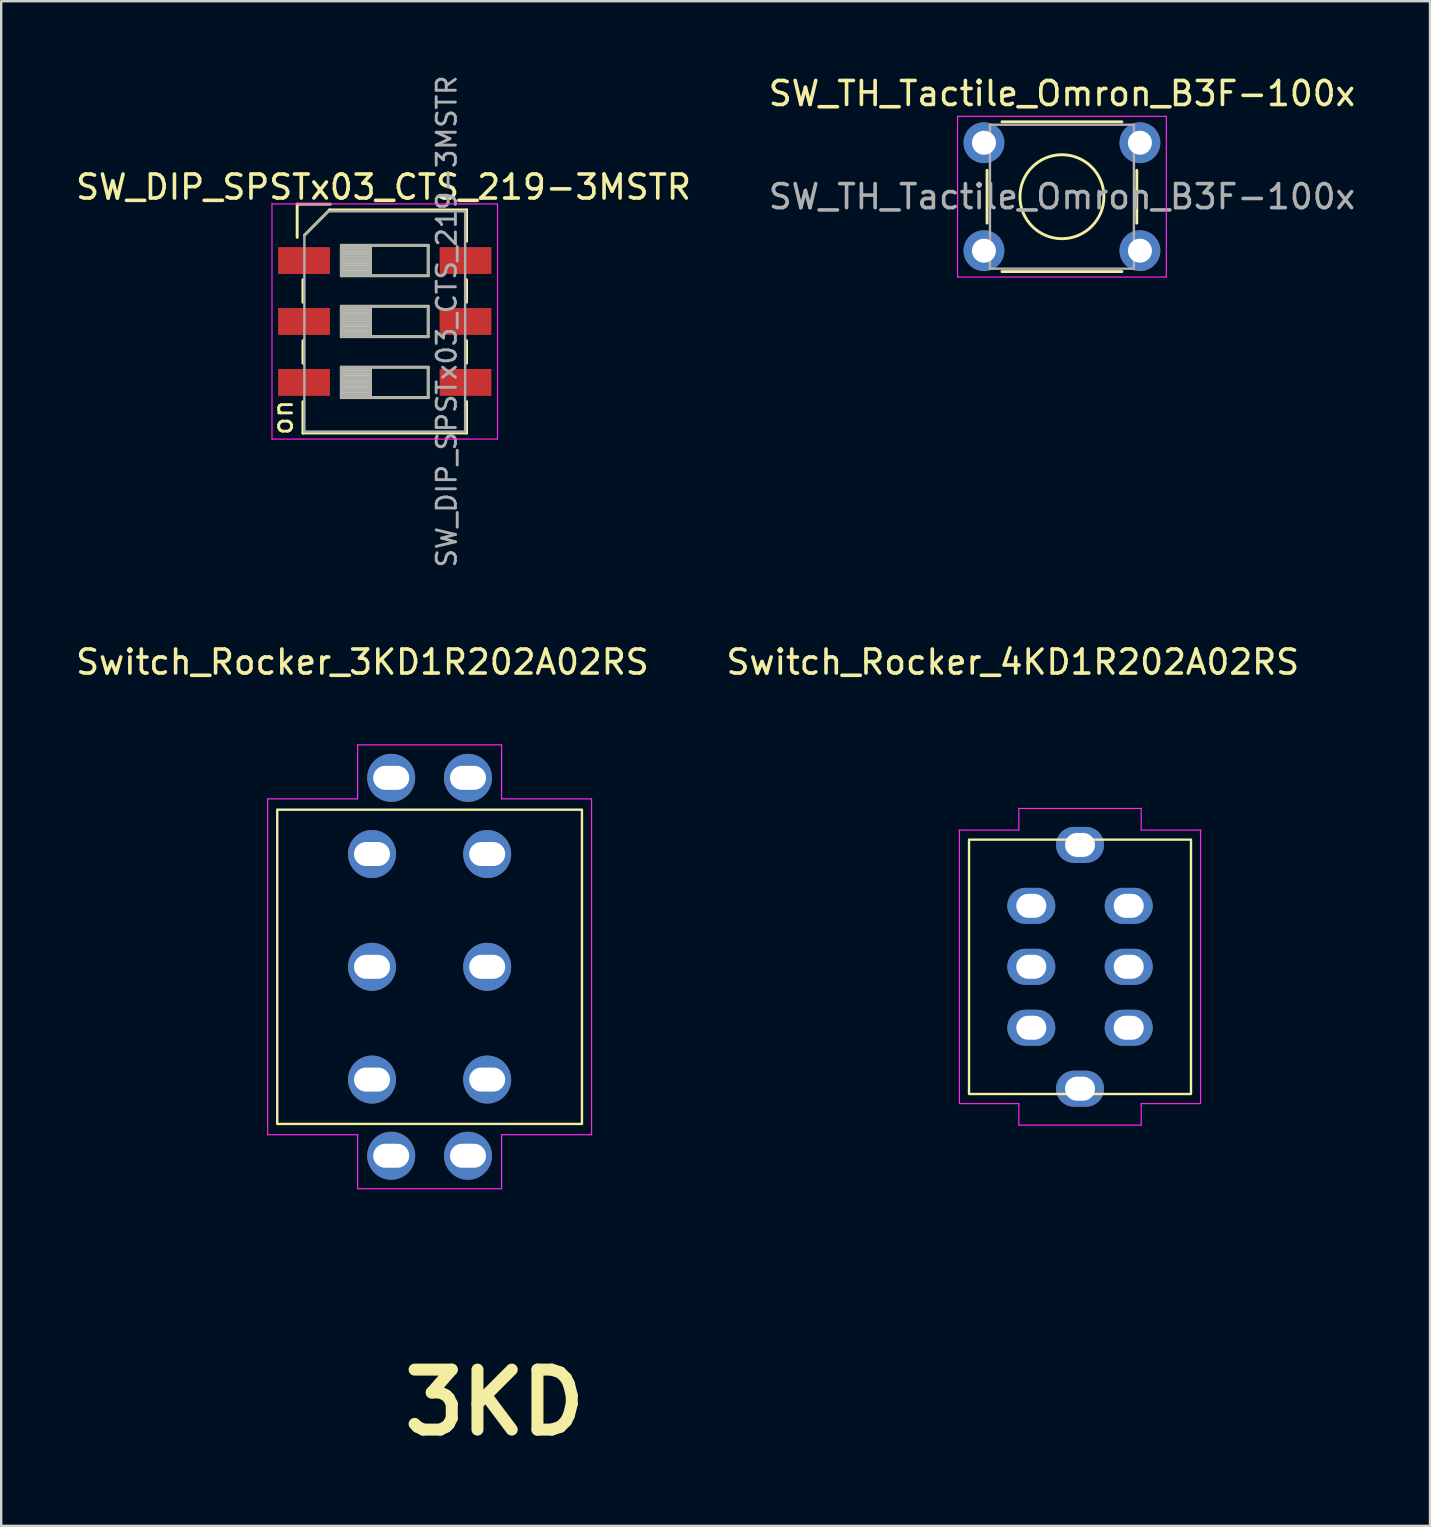
<source format=kicad_pcb>
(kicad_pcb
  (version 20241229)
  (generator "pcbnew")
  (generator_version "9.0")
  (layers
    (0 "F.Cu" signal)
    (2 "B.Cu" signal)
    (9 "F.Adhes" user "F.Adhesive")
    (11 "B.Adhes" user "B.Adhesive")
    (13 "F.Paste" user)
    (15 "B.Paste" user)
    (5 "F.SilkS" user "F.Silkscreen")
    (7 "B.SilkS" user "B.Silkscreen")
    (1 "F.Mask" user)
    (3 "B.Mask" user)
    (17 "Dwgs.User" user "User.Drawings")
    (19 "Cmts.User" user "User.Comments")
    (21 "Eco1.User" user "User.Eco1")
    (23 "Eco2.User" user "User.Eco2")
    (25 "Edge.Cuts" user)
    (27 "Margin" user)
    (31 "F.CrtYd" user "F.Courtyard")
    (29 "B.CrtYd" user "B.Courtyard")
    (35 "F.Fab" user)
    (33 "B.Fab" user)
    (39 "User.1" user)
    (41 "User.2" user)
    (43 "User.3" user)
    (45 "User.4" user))
  (footprint "Switch_Rocker_4KD1R202A02RS"
    (layer "F.Cu")
    (at 41.961 37.243)
    (property "Reference" "Switch_Rocker_4KD1R202A02RS" (at -2.8 -12.7 0) (unlocked yes) (layer "F.SilkS") (effects (font (size 1 1) (thickness 0.15))))
    (fp_rect (start -4.625 -5.3) (end 4.625 5.3) (stroke (width 0.1) (type default)) (fill no) (layer "F.SilkS"))
    (fp_line (start -5.025 -5.7) (end -2.55 -5.7) (stroke (width 0.05) (type default)) (layer "F.CrtYd"))
    (fp_line (start -5.025 5.7) (end -5.025 -5.7) (stroke (width 0.05) (type default)) (layer "F.CrtYd"))
    (fp_line (start -2.55 -6.6) (end 2.55 -6.6) (stroke (width 0.05) (type default)) (layer "F.CrtYd"))
    (fp_line (start -2.55 -5.7) (end -2.55 -6.6) (stroke (width 0.05) (type default)) (layer "F.CrtYd"))
    (fp_line (start -2.55 5.7) (end -5.025 5.7) (stroke (width 0.05) (type default)) (layer "F.CrtYd"))
    (fp_line (start -2.55 5.7) (end -2.55 6.6) (stroke (width 0.05) (type default)) (layer "F.CrtYd"))
    (fp_line (start 2.55 -6.6) (end 2.55 -5.7) (stroke (width 0.05) (type default)) (layer "F.CrtYd"))
    (fp_line (start 2.55 -5.7) (end 5.025 -5.7) (stroke (width 0.05) (type default)) (layer "F.CrtYd"))
    (fp_line (start 2.55 5.7) (end 2.55 6.6) (stroke (width 0.05) (type default)) (layer "F.CrtYd"))
    (fp_line (start 2.55 6.6) (end -2.55 6.6) (stroke (width 0.05) (type default)) (layer "F.CrtYd"))
    (fp_line (start 5.025 -5.7) (end 5.025 5.7) (stroke (width 0.05) (type default)) (layer "F.CrtYd"))
    (fp_line (start 5.025 5.7) (end 2.55 5.7) (stroke (width 0.05) (type default)) (layer "F.CrtYd"))
    (pad "1" thru_hole oval (at -2.03 -2.54) (size 2 1.5) (drill oval 1.25 1) (layers "*.Cu" "*.Mask"))
    (pad "2" thru_hole oval (at -2.03 0) (size 2 1.5) (drill oval 1.25 1) (layers "*.Cu" "*.Mask"))
    (pad "3" thru_hole oval (at -2.03 2.54) (size 2 1.5) (drill oval 1.25 1) (layers "*.Cu" "*.Mask"))
    (pad "4" thru_hole oval (at 2.03 -2.54) (size 2 1.5) (drill oval 1.25 1) (layers "*.Cu" "*.Mask"))
    (pad "5" thru_hole oval (at 2.03 0) (size 2 1.5) (drill oval 1.25 1) (layers "*.Cu" "*.Mask"))
    (pad "6" thru_hole oval (at 2.03 2.54) (size 2 1.5) (drill oval 1.25 1) (layers "*.Cu" "*.Mask"))
    (pad "7" thru_hole oval (at 0 -5.08) (size 2 1.5) (drill oval 1.25 1) (layers "*.Cu" "*.Mask"))
    (pad "8" thru_hole oval (at 0 5.08) (size 2 1.5) (drill oval 1.25 1) (layers "*.Cu" "*.Mask")))
  (footprint "SW_TH_Tactile_Omron_B3F-100x"
    (layer "F.Cu")
    (at 41.208 5.148)
    (property "Reference" "SW_TH_Tactile_Omron_B3F-100x" (at 0 -4.3 0) (layer "F.SilkS") (effects (font (size 1 1) (thickness 0.15))))
    (attr through_hole)
    (fp_line (start -3.12 1.1) (end -3.12 -1.1) (stroke (width 0.12) (type solid)) (layer "F.SilkS"))
    (fp_line (start -2.5 -3.12) (end 2.5 -3.12) (stroke (width 0.12) (type solid)) (layer "F.SilkS"))
    (fp_line (start -2.5 3.12) (end 2.5 3.12) (stroke (width 0.12) (type solid)) (layer "F.SilkS"))
    (fp_line (start 3.12 -1.1) (end 3.12 1.1) (stroke (width 0.12) (type solid)) (layer "F.SilkS"))
    (fp_circle (center 0 0) (end 1.75 0) (stroke (width 0.12) (type solid)) (fill no) (layer "F.SilkS"))
    (fp_line (start -4.35 -3.35) (end -4.35 3.35) (stroke (width 0.05) (type solid)) (layer "F.CrtYd"))
    (fp_line (start -4.35 -3.35) (end 4.35 -3.35) (stroke (width 0.05) (type solid)) (layer "F.CrtYd"))
    (fp_line (start -4.35 3.35) (end 4.35 3.35) (stroke (width 0.05) (type solid)) (layer "F.CrtYd"))
    (fp_line (start 4.35 3.35) (end 4.35 -3.35) (stroke (width 0.05) (type solid)) (layer "F.CrtYd"))
    (fp_line (start -3 -3) (end -3 3) (stroke (width 0.1) (type solid)) (layer "F.Fab"))
    (fp_line (start -3 -3) (end 3 -3) (stroke (width 0.1) (type solid)) (layer "F.Fab"))
    (fp_line (start -3 3) (end 3 3) (stroke (width 0.1) (type solid)) (layer "F.Fab"))
    (fp_line (start 3 -3) (end 3 3) (stroke (width 0.1) (type solid)) (layer "F.Fab"))
    (fp_text user "${REFERENCE}" (at 0 0 0) (layer "F.Fab") (effects (font (size 1 1) (thickness 0.15))))
    (pad "1" thru_hole circle (at -3.25 2.25) (size 1.7 1.7) (drill 1) (layers "*.Cu" "*.Mask"))
    (pad "2" thru_hole circle (at 3.25 2.25) (size 1.7 1.7) (drill 1) (layers "*.Cu" "*.Mask"))
    (pad "3" thru_hole circle (at -3.25 -2.25) (size 1.7 1.7) (drill 1) (layers "*.Cu" "*.Mask"))
    (pad "4" thru_hole circle (at 3.25 -2.25) (size 1.7 1.7) (drill 1) (layers "*.Cu" "*.Mask")))
  (footprint "SW_DIP_SPSTx03_CTS_219-3MSTR"
    (layer "F.Cu")
    (at 12.985 10.348)
    (property "Reference" "SW_DIP_SPSTx03_CTS_219-3MSTR" (at -0.05 -5.6 0) (layer "F.SilkS") (effects (font (size 1 1) (thickness 0.15))))
    (attr smd)
    (fp_line (start -3.65 -4.89) (end -3.65 -3.507) (stroke (width 0.12) (type solid)) (layer "F.SilkS"))
    (fp_line (start -3.65 -4.89) (end -2.267 -4.89) (stroke (width 0.12) (type solid)) (layer "F.SilkS"))
    (fp_line (start -3.41 -1.74) (end -3.41 -0.8) (stroke (width 0.12) (type solid)) (layer "F.SilkS"))
    (fp_line (start -3.41 0.8) (end -3.41 1.74) (stroke (width 0.12) (type solid)) (layer "F.SilkS"))
    (fp_line (start -3.41 3.34) (end -3.41 4.65) (stroke (width 0.12) (type solid)) (layer "F.SilkS"))
    (fp_line (start -3.41 4.65) (end 3.41 4.65) (stroke (width 0.12) (type solid)) (layer "F.SilkS"))
    (fp_line (start -3.35 -3.59) (end -2.3 -4.65) (stroke (width 0.12) (type solid)) (layer "F.SilkS"))
    (fp_line (start -2.3 -4.65) (end 3.41 -4.65) (stroke (width 0.12) (type solid)) (layer "F.SilkS"))
    (fp_line (start -1.81 -3.175) (end -1.81 -1.905) (stroke (width 0.12) (type solid)) (layer "F.SilkS"))
    (fp_line (start -1.81 -3.055) (end -0.603 -3.055) (stroke (width 0.12) (type solid)) (layer "F.SilkS"))
    (fp_line (start -1.81 -2.935) (end -0.603 -2.935) (stroke (width 0.12) (type solid)) (layer "F.SilkS"))
    (fp_line (start -1.81 -2.815) (end -0.603 -2.815) (stroke (width 0.12) (type solid)) (layer "F.SilkS"))
    (fp_line (start -1.81 -2.695) (end -0.603 -2.695) (stroke (width 0.12) (type solid)) (layer "F.SilkS"))
    (fp_line (start -1.81 -2.575) (end -0.603 -2.575) (stroke (width 0.12) (type solid)) (layer "F.SilkS"))
    (fp_line (start -1.81 -2.455) (end -0.603 -2.455) (stroke (width 0.12) (type solid)) (layer "F.SilkS"))
    (fp_line (start -1.81 -2.335) (end -0.603 -2.335) (stroke (width 0.12) (type solid)) (layer "F.SilkS"))
    (fp_line (start -1.81 -2.215) (end -0.603 -2.215) (stroke (width 0.12) (type solid)) (layer "F.SilkS"))
    (fp_line (start -1.81 -2.095) (end -0.603 -2.095) (stroke (width 0.12) (type solid)) (layer "F.SilkS"))
    (fp_line (start -1.81 -1.975) (end -0.603 -1.975) (stroke (width 0.12) (type solid)) (layer "F.SilkS"))
    (fp_line (start -1.81 -1.905) (end 1.81 -1.905) (stroke (width 0.12) (type solid)) (layer "F.SilkS"))
    (fp_line (start -1.81 -0.635) (end -1.81 0.635) (stroke (width 0.12) (type solid)) (layer "F.SilkS"))
    (fp_line (start -1.81 -0.515) (end -0.603 -0.515) (stroke (width 0.12) (type solid)) (layer "F.SilkS"))
    (fp_line (start -1.81 -0.395) (end -0.603 -0.395) (stroke (width 0.12) (type solid)) (layer "F.SilkS"))
    (fp_line (start -1.81 -0.275) (end -0.603 -0.275) (stroke (width 0.12) (type solid)) (layer "F.SilkS"))
    (fp_line (start -1.81 -0.155) (end -0.603 -0.155) (stroke (width 0.12) (type solid)) (layer "F.SilkS"))
    (fp_line (start -1.81 -0.035) (end -0.603 -0.035) (stroke (width 0.12) (type solid)) (layer "F.SilkS"))
    (fp_line (start -1.81 0.085) (end -0.603 0.085) (stroke (width 0.12) (type solid)) (layer "F.SilkS"))
    (fp_line (start -1.81 0.205) (end -0.603 0.205) (stroke (width 0.12) (type solid)) (layer "F.SilkS"))
    (fp_line (start -1.81 0.325) (end -0.603 0.325) (stroke (width 0.12) (type solid)) (layer "F.SilkS"))
    (fp_line (start -1.81 0.445) (end -0.603 0.445) (stroke (width 0.12) (type solid)) (layer "F.SilkS"))
    (fp_line (start -1.81 0.565) (end -0.603 0.565) (stroke (width 0.12) (type solid)) (layer "F.SilkS"))
    (fp_line (start -1.81 0.635) (end 1.81 0.635) (stroke (width 0.12) (type solid)) (layer "F.SilkS"))
    (fp_line (start -1.81 1.905) (end -1.81 3.175) (stroke (width 0.12) (type solid)) (layer "F.SilkS"))
    (fp_line (start -1.81 2.025) (end -0.603 2.025) (stroke (width 0.12) (type solid)) (layer "F.SilkS"))
    (fp_line (start -1.81 2.145) (end -0.603 2.145) (stroke (width 0.12) (type solid)) (layer "F.SilkS"))
    (fp_line (start -1.81 2.265) (end -0.603 2.265) (stroke (width 0.12) (type solid)) (layer "F.SilkS"))
    (fp_line (start -1.81 2.385) (end -0.603 2.385) (stroke (width 0.12) (type solid)) (layer "F.SilkS"))
    (fp_line (start -1.81 2.505) (end -0.603 2.505) (stroke (width 0.12) (type solid)) (layer "F.SilkS"))
    (fp_line (start -1.81 2.625) (end -0.603 2.625) (stroke (width 0.12) (type solid)) (layer "F.SilkS"))
    (fp_line (start -1.81 2.745) (end -0.603 2.745) (stroke (width 0.12) (type solid)) (layer "F.SilkS"))
    (fp_line (start -1.81 2.865) (end -0.603 2.865) (stroke (width 0.12) (type solid)) (layer "F.SilkS"))
    (fp_line (start -1.81 2.985) (end -0.603 2.985) (stroke (width 0.12) (type solid)) (layer "F.SilkS"))
    (fp_line (start -1.81 3.105) (end -0.603 3.105) (stroke (width 0.12) (type solid)) (layer "F.SilkS"))
    (fp_line (start -1.81 3.175) (end 1.81 3.175) (stroke (width 0.12) (type solid)) (layer "F.SilkS"))
    (fp_line (start -0.603 -3.175) (end -0.603 -1.905) (stroke (width 0.12) (type solid)) (layer "F.SilkS"))
    (fp_line (start -0.603 -0.635) (end -0.603 0.635) (stroke (width 0.12) (type solid)) (layer "F.SilkS"))
    (fp_line (start -0.603 1.905) (end -0.603 3.175) (stroke (width 0.12) (type solid)) (layer "F.SilkS"))
    (fp_line (start 1.81 -3.175) (end -1.81 -3.175) (stroke (width 0.12) (type solid)) (layer "F.SilkS"))
    (fp_line (start 1.81 -1.905) (end 1.81 -3.175) (stroke (width 0.12) (type solid)) (layer "F.SilkS"))
    (fp_line (start 1.81 -0.635) (end -1.81 -0.635) (stroke (width 0.12) (type solid)) (layer "F.SilkS"))
    (fp_line (start 1.81 0.635) (end 1.81 -0.635) (stroke (width 0.12) (type solid)) (layer "F.SilkS"))
    (fp_line (start 1.81 1.905) (end -1.81 1.905) (stroke (width 0.12) (type solid)) (layer "F.SilkS"))
    (fp_line (start 1.81 3.175) (end 1.81 1.905) (stroke (width 0.12) (type solid)) (layer "F.SilkS"))
    (fp_line (start 3.41 -4.65) (end 3.41 -3.34) (stroke (width 0.12) (type solid)) (layer "F.SilkS"))
    (fp_line (start 3.41 -1.74) (end 3.41 -0.8) (stroke (width 0.12) (type solid)) (layer "F.SilkS"))
    (fp_line (start 3.41 0.8) (end 3.41 1.74) (stroke (width 0.12) (type solid)) (layer "F.SilkS"))
    (fp_line (start 3.41 3.34) (end 3.41 4.65) (stroke (width 0.12) (type solid)) (layer "F.SilkS"))
    (fp_line (start -4.7 -4.9) (end -4.7 4.9) (stroke (width 0.05) (type solid)) (layer "F.CrtYd"))
    (fp_line (start -4.7 4.9) (end 4.7 4.9) (stroke (width 0.05) (type solid)) (layer "F.CrtYd"))
    (fp_line (start 4.7 -4.9) (end -4.7 -4.9) (stroke (width 0.05) (type solid)) (layer "F.CrtYd"))
    (fp_line (start 4.7 4.9) (end 4.7 -4.9) (stroke (width 0.05) (type solid)) (layer "F.CrtYd"))
    (fp_line (start -3.35 -3.59) (end -2.35 -4.59) (stroke (width 0.1) (type solid)) (layer "F.Fab"))
    (fp_line (start -3.35 4.59) (end -3.35 -3.59) (stroke (width 0.1) (type solid)) (layer "F.Fab"))
    (fp_line (start -2.35 -4.59) (end 3.35 -4.59) (stroke (width 0.1) (type solid)) (layer "F.Fab"))
    (fp_line (start -1.81 -3.175) (end -1.81 -1.905) (stroke (width 0.1) (type solid)) (layer "F.Fab"))
    (fp_line (start -1.81 -3.075) (end -0.603 -3.075) (stroke (width 0.1) (type solid)) (layer "F.Fab"))
    (fp_line (start -1.81 -2.975) (end -0.603 -2.975) (stroke (width 0.1) (type solid)) (layer "F.Fab"))
    (fp_line (start -1.81 -2.875) (end -0.603 -2.875) (stroke (width 0.1) (type solid)) (layer "F.Fab"))
    (fp_line (start -1.81 -2.775) (end -0.603 -2.775) (stroke (width 0.1) (type solid)) (layer "F.Fab"))
    (fp_line (start -1.81 -2.675) (end -0.603 -2.675) (stroke (width 0.1) (type solid)) (layer "F.Fab"))
    (fp_line (start -1.81 -2.575) (end -0.603 -2.575) (stroke (width 0.1) (type solid)) (layer "F.Fab"))
    (fp_line (start -1.81 -2.475) (end -0.603 -2.475) (stroke (width 0.1) (type solid)) (layer "F.Fab"))
    (fp_line (start -1.81 -2.375) (end -0.603 -2.375) (stroke (width 0.1) (type solid)) (layer "F.Fab"))
    (fp_line (start -1.81 -2.275) (end -0.603 -2.275) (stroke (width 0.1) (type solid)) (layer "F.Fab"))
    (fp_line (start -1.81 -2.175) (end -0.603 -2.175) (stroke (width 0.1) (type solid)) (layer "F.Fab"))
    (fp_line (start -1.81 -2.075) (end -0.603 -2.075) (stroke (width 0.1) (type solid)) (layer "F.Fab"))
    (fp_line (start -1.81 -1.975) (end -0.603 -1.975) (stroke (width 0.1) (type solid)) (layer "F.Fab"))
    (fp_line (start -1.81 -1.905) (end 1.81 -1.905) (stroke (width 0.1) (type solid)) (layer "F.Fab"))
    (fp_line (start -1.81 -0.635) (end -1.81 0.635) (stroke (width 0.1) (type solid)) (layer "F.Fab"))
    (fp_line (start -1.81 -0.535) (end -0.603 -0.535) (stroke (width 0.1) (type solid)) (layer "F.Fab"))
    (fp_line (start -1.81 -0.435) (end -0.603 -0.435) (stroke (width 0.1) (type solid)) (layer "F.Fab"))
    (fp_line (start -1.81 -0.335) (end -0.603 -0.335) (stroke (width 0.1) (type solid)) (layer "F.Fab"))
    (fp_line (start -1.81 -0.235) (end -0.603 -0.235) (stroke (width 0.1) (type solid)) (layer "F.Fab"))
    (fp_line (start -1.81 -0.135) (end -0.603 -0.135) (stroke (width 0.1) (type solid)) (layer "F.Fab"))
    (fp_line (start -1.81 -0.035) (end -0.603 -0.035) (stroke (width 0.1) (type solid)) (layer "F.Fab"))
    (fp_line (start -1.81 0.065) (end -0.603 0.065) (stroke (width 0.1) (type solid)) (layer "F.Fab"))
    (fp_line (start -1.81 0.165) (end -0.603 0.165) (stroke (width 0.1) (type solid)) (layer "F.Fab"))
    (fp_line (start -1.81 0.265) (end -0.603 0.265) (stroke (width 0.1) (type solid)) (layer "F.Fab"))
    (fp_line (start -1.81 0.365) (end -0.603 0.365) (stroke (width 0.1) (type solid)) (layer "F.Fab"))
    (fp_line (start -1.81 0.465) (end -0.603 0.465) (stroke (width 0.1) (type solid)) (layer "F.Fab"))
    (fp_line (start -1.81 0.565) (end -0.603 0.565) (stroke (width 0.1) (type solid)) (layer "F.Fab"))
    (fp_line (start -1.81 0.635) (end 1.81 0.635) (stroke (width 0.1) (type solid)) (layer "F.Fab"))
    (fp_line (start -1.81 1.905) (end -1.81 3.175) (stroke (width 0.1) (type solid)) (layer "F.Fab"))
    (fp_line (start -1.81 2.005) (end -0.603 2.005) (stroke (width 0.1) (type solid)) (layer "F.Fab"))
    (fp_line (start -1.81 2.105) (end -0.603 2.105) (stroke (width 0.1) (type solid)) (layer "F.Fab"))
    (fp_line (start -1.81 2.205) (end -0.603 2.205) (stroke (width 0.1) (type solid)) (layer "F.Fab"))
    (fp_line (start -1.81 2.305) (end -0.603 2.305) (stroke (width 0.1) (type solid)) (layer "F.Fab"))
    (fp_line (start -1.81 2.405) (end -0.603 2.405) (stroke (width 0.1) (type solid)) (layer "F.Fab"))
    (fp_line (start -1.81 2.505) (end -0.603 2.505) (stroke (width 0.1) (type solid)) (layer "F.Fab"))
    (fp_line (start -1.81 2.605) (end -0.603 2.605) (stroke (width 0.1) (type solid)) (layer "F.Fab"))
    (fp_line (start -1.81 2.705) (end -0.603 2.705) (stroke (width 0.1) (type solid)) (layer "F.Fab"))
    (fp_line (start -1.81 2.805) (end -0.603 2.805) (stroke (width 0.1) (type solid)) (layer "F.Fab"))
    (fp_line (start -1.81 2.905) (end -0.603 2.905) (stroke (width 0.1) (type solid)) (layer "F.Fab"))
    (fp_line (start -1.81 3.005) (end -0.603 3.005) (stroke (width 0.1) (type solid)) (layer "F.Fab"))
    (fp_line (start -1.81 3.105) (end -0.603 3.105) (stroke (width 0.1) (type solid)) (layer "F.Fab"))
    (fp_line (start -1.81 3.175) (end 1.81 3.175) (stroke (width 0.1) (type solid)) (layer "F.Fab"))
    (fp_line (start -0.603 -3.175) (end -0.603 -1.905) (stroke (width 0.1) (type solid)) (layer "F.Fab"))
    (fp_line (start -0.603 -0.635) (end -0.603 0.635) (stroke (width 0.1) (type solid)) (layer "F.Fab"))
    (fp_line (start -0.603 1.905) (end -0.603 3.175) (stroke (width 0.1) (type solid)) (layer "F.Fab"))
    (fp_line (start 1.81 -3.175) (end -1.81 -3.175) (stroke (width 0.1) (type solid)) (layer "F.Fab"))
    (fp_line (start 1.81 -1.905) (end 1.81 -3.175) (stroke (width 0.1) (type solid)) (layer "F.Fab"))
    (fp_line (start 1.81 -0.635) (end -1.81 -0.635) (stroke (width 0.1) (type solid)) (layer "F.Fab"))
    (fp_line (start 1.81 0.635) (end 1.81 -0.635) (stroke (width 0.1) (type solid)) (layer "F.Fab"))
    (fp_line (start 1.81 1.905) (end -1.81 1.905) (stroke (width 0.1) (type solid)) (layer "F.Fab"))
    (fp_line (start 1.81 3.175) (end 1.81 1.905) (stroke (width 0.1) (type solid)) (layer "F.Fab"))
    (fp_line (start 3.35 -4.59) (end 3.35 4.59) (stroke (width 0.1) (type solid)) (layer "F.Fab"))
    (fp_line (start 3.35 4.59) (end -3.35 4.59) (stroke (width 0.1) (type solid)) (layer "F.Fab"))
    (fp_text user "on" (at -4.25 4 90) (layer "F.SilkS") (effects (font (size 0.8 0.8) (thickness 0.12))))
    (fp_text user "${REFERENCE}" (at 2.58 0 90) (layer "F.Fab") (effects (font (size 0.8 0.8) (thickness 0.12))))
    (pad "1" smd rect (at -3.365 -2.54) (size 2.16 1.12) (layers "F.Cu" "F.Mask" "F.Paste"))
    (pad "2" smd rect (at -3.365 0) (size 2.16 1.12) (layers "F.Cu" "F.Mask" "F.Paste"))
    (pad "3" smd rect (at -3.365 2.54) (size 2.16 1.12) (layers "F.Cu" "F.Mask" "F.Paste"))
    (pad "4" smd rect (at 3.365 2.54) (size 2.16 1.12) (layers "F.Cu" "F.Mask" "F.Paste"))
    (pad "5" smd rect (at 3.365 0) (size 2.16 1.12) (layers "F.Cu" "F.Mask" "F.Paste"))
    (pad "6" smd rect (at 3.365 -2.54) (size 2.16 1.12) (layers "F.Cu" "F.Mask" "F.Paste")))
  (footprint "Switch_Rocker_3KD1R202A02RS"
    (layer "F.Cu")
    (at 14.854 37.243)
    (property "Reference" "Switch_Rocker_3KD1R202A02RS" (at -2.8 -12.7 0) (unlocked yes) (layer "F.SilkS") (effects (font (size 1 1) (thickness 0.15))))
    (fp_rect (start -6.35 -6.55) (end 6.35 6.55) (stroke (width 0.1) (type default)) (fill no) (layer "F.SilkS"))
    (fp_line (start -6.75 -7) (end -3 -7) (stroke (width 0.05) (type default)) (layer "F.CrtYd"))
    (fp_line (start -6.75 7) (end -6.75 -7) (stroke (width 0.05) (type default)) (layer "F.CrtYd"))
    (fp_line (start -3 -9.25) (end 3 -9.25) (stroke (width 0.05) (type default)) (layer "F.CrtYd"))
    (fp_line (start -3 -7) (end -3 -9.25) (stroke (width 0.05) (type default)) (layer "F.CrtYd"))
    (fp_line (start -3 7) (end -6.75 7) (stroke (width 0.05) (type default)) (layer "F.CrtYd"))
    (fp_line (start -3 9.25) (end -3 7) (stroke (width 0.05) (type default)) (layer "F.CrtYd"))
    (fp_line (start 3 -9.25) (end 3 -7) (stroke (width 0.05) (type default)) (layer "F.CrtYd"))
    (fp_line (start 3 -7) (end 6.75 -7) (stroke (width 0.05) (type default)) (layer "F.CrtYd"))
    (fp_line (start 3 7) (end 3 9.25) (stroke (width 0.05) (type default)) (layer "F.CrtYd"))
    (fp_line (start 3 9.25) (end -3 9.25) (stroke (width 0.05) (type default)) (layer "F.CrtYd"))
    (fp_line (start 6.75 -7) (end 6.75 7) (stroke (width 0.05) (type default)) (layer "F.CrtYd"))
    (fp_line (start 6.75 7) (end 3 7) (stroke (width 0.05) (type default)) (layer "F.CrtYd"))
    (fp_text user "3KD" (at -1.31 19.62 0) (unlocked yes) (layer "F.SilkS") (effects (font (size 2.5 2.5) (thickness 0.5) (bold yes)) (justify left bottom)))
    (pad "1" thru_hole circle (at -2.4 -4.7) (size 2 2) (drill oval 1.5 1) (layers "*.Cu" "*.Mask"))
    (pad "2" thru_hole circle (at -2.4 0) (size 2 2) (drill oval 1.5 1) (layers "*.Cu" "*.Mask"))
    (pad "3" thru_hole circle (at -2.4 4.7) (size 2 2) (drill oval 1.5 1) (layers "*.Cu" "*.Mask"))
    (pad "4" thru_hole circle (at 2.4 -4.7) (size 2 2) (drill oval 1.5 1) (layers "*.Cu" "*.Mask"))
    (pad "5" thru_hole circle (at 2.4 0) (size 2 2) (drill oval 1.5 1) (layers "*.Cu" "*.Mask"))
    (pad "6" thru_hole circle (at 2.4 4.7) (size 2 2) (drill oval 1.5 1) (layers "*.Cu" "*.Mask"))
    (pad "7" thru_hole circle (at -1.6 -7.875) (size 2 2) (drill oval 1.5 1) (layers "*.Cu" "*.Mask"))
    (pad "8" thru_hole circle (at 1.6 -7.875) (size 2 2) (drill oval 1.5 1) (layers "*.Cu" "*.Mask"))
    (pad "9" thru_hole circle (at -1.6 7.875) (size 2 2) (drill oval 1.5 1) (layers "*.Cu" "*.Mask"))
    (pad "10" thru_hole circle (at 1.6 7.875) (size 2 2) (drill oval 1.5 1) (layers "*.Cu" "*.Mask")))
  (gr_rect
    (start -3 -3)
    (end 56.548 60.543)
    (stroke (width 0.1) (type default))
    (fill no)
    (layer "Edge.Cuts")))
</source>
